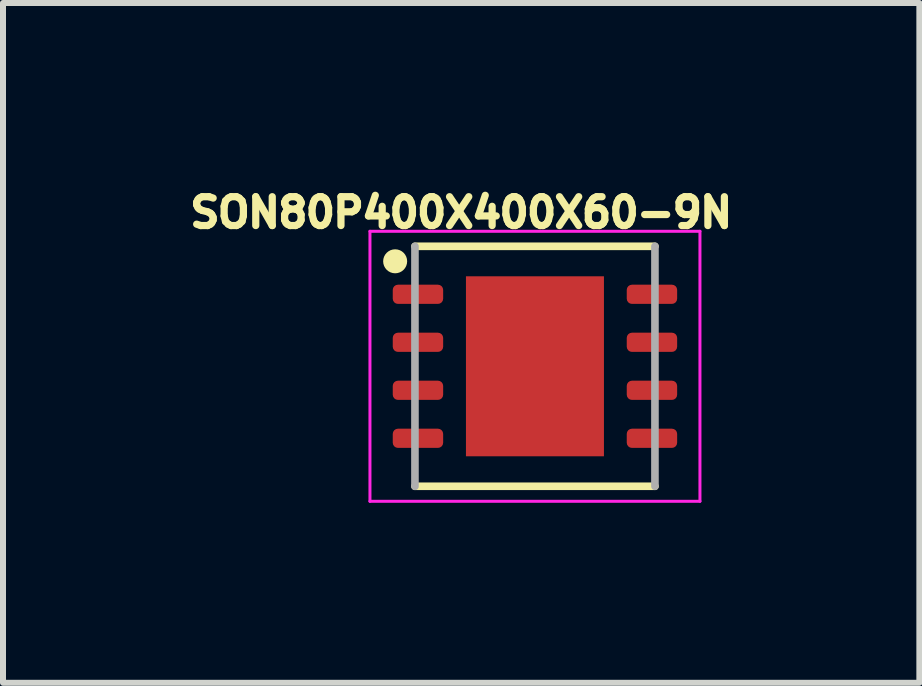
<source format=kicad_pcb>
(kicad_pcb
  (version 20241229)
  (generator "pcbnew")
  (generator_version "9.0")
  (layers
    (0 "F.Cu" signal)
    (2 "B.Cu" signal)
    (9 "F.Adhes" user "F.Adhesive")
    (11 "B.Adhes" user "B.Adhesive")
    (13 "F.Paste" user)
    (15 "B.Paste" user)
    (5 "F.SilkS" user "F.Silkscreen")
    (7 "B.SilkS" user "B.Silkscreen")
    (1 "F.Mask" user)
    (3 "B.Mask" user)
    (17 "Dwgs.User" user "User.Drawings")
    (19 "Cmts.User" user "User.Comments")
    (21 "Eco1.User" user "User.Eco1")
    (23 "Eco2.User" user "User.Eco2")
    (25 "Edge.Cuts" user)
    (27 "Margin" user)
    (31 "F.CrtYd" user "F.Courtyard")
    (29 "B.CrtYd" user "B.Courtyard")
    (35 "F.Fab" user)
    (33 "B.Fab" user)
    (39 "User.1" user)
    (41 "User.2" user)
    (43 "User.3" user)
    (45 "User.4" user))
  (footprint "SON80P400X400X60-9N"
    (layer "F.Cu")
    (at 5.866 3.055)
    (property "Reference" "SON80P400X400X60-9N" (at -1.229 -2.562 0) (layer "F.SilkS") (effects (font (size 0.481 0.481) (thickness 0.15))))
    (attr smd)
    (fp_line (start -2 2) (end 2 2) (stroke (width 0.127) (type solid)) (layer "F.SilkS"))
    (fp_line (start 2 -2) (end -2 -2) (stroke (width 0.127) (type solid)) (layer "F.SilkS"))
    (fp_circle (center -2.33 -1.75) (end -2.13 -1.75) (stroke (width 0) (type solid)) (fill yes) (layer "F.SilkS"))
    (fp_poly (pts (xy -0.898 -1.245) (xy -0.125 -1.245) (xy -0.125 -0.125) (xy -0.898 -0.125)) (stroke (width 0.01) (type solid)) (fill yes) (layer "F.Paste"))
    (fp_poly (pts (xy -0.125 1.247) (xy -0.897 1.247) (xy -0.897 0.125) (xy -0.125 0.125)) (stroke (width 0.01) (type solid)) (fill yes) (layer "F.Paste"))
    (fp_poly (pts (xy 0.125 -1.245) (xy 0.895 -1.245) (xy 0.895 -0.125) (xy 0.125 -0.125)) (stroke (width 0.01) (type solid)) (fill yes) (layer "F.Paste"))
    (fp_poly (pts (xy 0.895 1.248) (xy 0.125 1.248) (xy 0.125 0.125) (xy 0.895 0.125)) (stroke (width 0.01) (type solid)) (fill yes) (layer "F.Paste"))
    (fp_line (start -2.75 -2.25) (end 2.75 -2.25) (stroke (width 0.05) (type solid)) (layer "F.CrtYd"))
    (fp_line (start -2.75 2.25) (end -2.75 -2.25) (stroke (width 0.05) (type solid)) (layer "F.CrtYd"))
    (fp_line (start 2.75 -2.25) (end 2.75 2.25) (stroke (width 0.05) (type solid)) (layer "F.CrtYd"))
    (fp_line (start 2.75 2.25) (end -2.75 2.25) (stroke (width 0.05) (type solid)) (layer "F.CrtYd"))
    (fp_line (start -2 -2) (end -2 2) (stroke (width 0.127) (type solid)) (layer "F.Fab"))
    (fp_line (start 2 2) (end 2 -2) (stroke (width 0.127) (type solid)) (layer "F.Fab"))
    (pad "1" smd roundrect (at -1.95 -1.2) (size 0.84 0.32) (layers "F.Cu" "F.Mask" "F.Paste") (roundrect_rratio 0.27))
    (pad "2" smd roundrect (at -1.95 -0.4) (size 0.84 0.32) (layers "F.Cu" "F.Mask" "F.Paste") (roundrect_rratio 0.27))
    (pad "3" smd roundrect (at -1.95 0.4) (size 0.84 0.32) (layers "F.Cu" "F.Mask" "F.Paste") (roundrect_rratio 0.27))
    (pad "4" smd roundrect (at -1.95 1.2) (size 0.84 0.32) (layers "F.Cu" "F.Mask" "F.Paste") (roundrect_rratio 0.27))
    (pad "5" smd roundrect (at 1.95 1.2) (size 0.84 0.32) (layers "F.Cu" "F.Mask" "F.Paste") (roundrect_rratio 0.27))
    (pad "6" smd roundrect (at 1.95 0.4) (size 0.84 0.32) (layers "F.Cu" "F.Mask" "F.Paste") (roundrect_rratio 0.27))
    (pad "7" smd roundrect (at 1.95 -0.4) (size 0.84 0.32) (layers "F.Cu" "F.Mask" "F.Paste") (roundrect_rratio 0.27))
    (pad "8" smd roundrect (at 1.95 -1.2) (size 0.84 0.32) (layers "F.Cu" "F.Mask" "F.Paste") (roundrect_rratio 0.27))
    (pad "9" smd rect (at 0 0) (size 2.3 3) (layers "F.Cu" "F.Mask")))
  (gr_rect
    (start -3 -3)
    (end 12.273 8.33)
    (stroke (width 0.1) (type default))
    (fill no)
    (layer "Edge.Cuts")))
</source>
